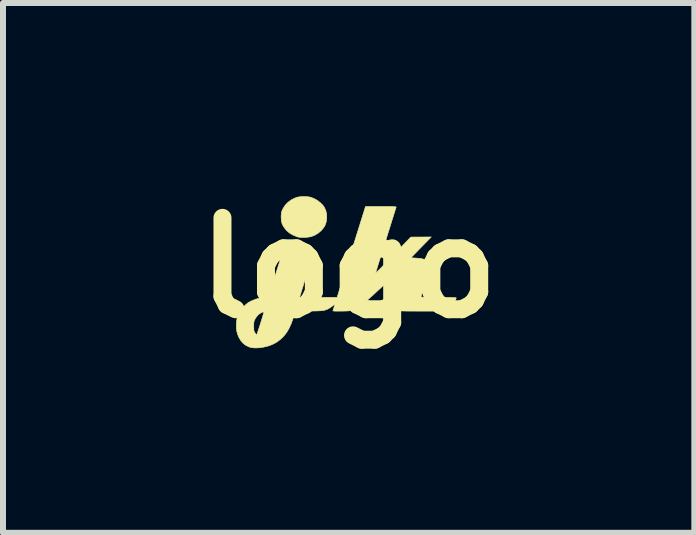
<source format=kicad_pcb>
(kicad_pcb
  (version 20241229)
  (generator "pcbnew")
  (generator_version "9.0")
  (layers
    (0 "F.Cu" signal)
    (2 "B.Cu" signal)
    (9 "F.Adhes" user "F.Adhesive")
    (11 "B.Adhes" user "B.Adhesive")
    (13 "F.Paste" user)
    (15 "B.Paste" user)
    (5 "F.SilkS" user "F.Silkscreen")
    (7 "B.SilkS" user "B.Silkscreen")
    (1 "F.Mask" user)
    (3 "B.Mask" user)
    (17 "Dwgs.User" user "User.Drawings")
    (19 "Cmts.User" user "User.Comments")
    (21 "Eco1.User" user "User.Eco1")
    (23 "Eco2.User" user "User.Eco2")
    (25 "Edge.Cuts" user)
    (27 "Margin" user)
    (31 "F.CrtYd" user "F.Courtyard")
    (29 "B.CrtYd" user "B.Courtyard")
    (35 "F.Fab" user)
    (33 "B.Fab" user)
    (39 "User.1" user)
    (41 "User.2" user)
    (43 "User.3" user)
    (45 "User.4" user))
  (footprint "logo"
    (layer "F.Cu")
    (at 2.765 1.418)
    (property "Reference" "logo" (at 0 0 0) (layer "F.SilkS") (effects (font (size 1.524 1.524) (thickness 0.3))))
    (attr through_hole)
    (fp_poly (pts (xy -0.716 -1.189) (xy -0.669 -1.185) (xy -0.638 -1.18) (xy -0.58 -1.158) (xy -0.523 -1.126) (xy -0.471 -1.086) (xy -0.428 -1.042) (xy -0.406 -1.011) (xy -0.381 -0.956) (xy -0.367 -0.893) (xy -0.366 -0.828) (xy -0.375 -0.764) (xy -0.396 -0.705) (xy -0.409 -0.683) (xy -0.451 -0.629) (xy -0.505 -0.582) (xy -0.566 -0.545) (xy -0.62 -0.524) (xy -0.655 -0.516) (xy -0.699 -0.511) (xy -0.745 -0.508) (xy -0.791 -0.509) (xy -0.829 -0.512) (xy -0.853 -0.517) (xy -0.925 -0.546) (xy -0.984 -0.58) (xy -1.033 -0.621) (xy -1.051 -0.641) (xy -1.087 -0.69) (xy -1.111 -0.738) (xy -1.123 -0.79) (xy -1.126 -0.85) (xy -1.126 -0.864) (xy -1.123 -0.902) (xy -1.119 -0.931) (xy -1.11 -0.957) (xy -1.098 -0.984) (xy -1.06 -1.044) (xy -1.01 -1.096) (xy -0.95 -1.139) (xy -0.884 -1.17) (xy -0.854 -1.18) (xy -0.815 -1.186) (xy -0.767 -1.19) (xy -0.716 -1.189)) (stroke (width 0.01) (type solid)) (fill yes) (layer "F.SilkS"))
    (fp_poly (pts (xy 0.611 -1.024) (xy 0.67 -1.023) (xy 0.715 -1.023) (xy 0.748 -1.022) (xy 0.771 -1.02) (xy 0.785 -1.018) (xy 0.791 -1.016) (xy 0.792 -1.014) (xy 0.789 -1.005) (xy 0.782 -0.983) (xy 0.771 -0.948) (xy 0.757 -0.903) (xy 0.74 -0.848) (xy 0.72 -0.786) (xy 0.699 -0.717) (xy 0.676 -0.644) (xy 0.652 -0.568) (xy 0.628 -0.489) (xy 0.603 -0.411) (xy 0.579 -0.333) (xy 0.556 -0.259) (xy 0.534 -0.188) (xy 0.513 -0.123) (xy 0.495 -0.065) (xy 0.48 -0.016) (xy 0.468 0.023) (xy 0.46 0.051) (xy 0.456 0.062) (xy 0.454 0.069) (xy 0.452 0.074) (xy 0.452 0.078) (xy 0.454 0.079) (xy 0.458 0.077) (xy 0.465 0.072) (xy 0.476 0.062) (xy 0.492 0.046) (xy 0.514 0.025) (xy 0.541 -0.002) (xy 0.575 -0.037) (xy 0.616 -0.079) (xy 0.665 -0.13) (xy 0.724 -0.191) (xy 0.791 -0.261) (xy 0.869 -0.341) (xy 0.897 -0.37) (xy 1.036 -0.514) (xy 1.206 -0.515) (xy 1.377 -0.516) (xy 1.294 -0.431) (xy 1.255 -0.391) (xy 1.211 -0.346) (xy 1.166 -0.3) (xy 1.126 -0.259) (xy 1.124 -0.257) (xy 1.038 -0.169) (xy 1.127 -0.163) (xy 1.189 -0.158) (xy 1.237 -0.149) (xy 1.273 -0.136) (xy 1.301 -0.118) (xy 1.322 -0.094) (xy 1.322 -0.094) (xy 1.333 -0.076) (xy 1.341 -0.057) (xy 1.345 -0.035) (xy 1.345 -0.01) (xy 1.341 0.022) (xy 1.333 0.062) (xy 1.32 0.111) (xy 1.303 0.171) (xy 1.28 0.244) (xy 1.275 0.261) (xy 1.257 0.317) (xy 1.241 0.368) (xy 1.228 0.412) (xy 1.217 0.448) (xy 1.21 0.472) (xy 1.207 0.484) (xy 1.206 0.485) (xy 1.214 0.487) (xy 1.236 0.488) (xy 1.272 0.49) (xy 1.319 0.491) (xy 1.376 0.492) (xy 1.443 0.492) (xy 1.5 0.492) (xy 1.586 0.492) (xy 1.658 0.493) (xy 1.715 0.494) (xy 1.757 0.496) (xy 1.783 0.497) (xy 1.794 0.5) (xy 1.794 0.5) (xy 1.791 0.511) (xy 1.783 0.532) (xy 1.776 0.546) (xy 1.745 0.595) (xy 1.7 0.639) (xy 1.643 0.675) (xy 1.577 0.703) (xy 1.549 0.711) (xy 1.535 0.714) (xy 1.518 0.716) (xy 1.497 0.718) (xy 1.469 0.719) (xy 1.433 0.72) (xy 1.389 0.721) (xy 1.334 0.721) (xy 1.266 0.721) (xy 1.185 0.721) (xy 1.142 0.721) (xy 1.057 0.72) (xy 0.986 0.72) (xy 0.928 0.719) (xy 0.882 0.718) (xy 0.846 0.717) (xy 0.818 0.716) (xy 0.797 0.714) (xy 0.782 0.712) (xy 0.77 0.71) (xy 0.761 0.707) (xy 0.753 0.703) (xy 0.75 0.701) (xy 0.725 0.683) (xy 0.703 0.66) (xy 0.699 0.654) (xy 0.688 0.635) (xy 0.682 0.616) (xy 0.68 0.59) (xy 0.68 0.568) (xy 0.681 0.549) (xy 0.683 0.528) (xy 0.688 0.504) (xy 0.696 0.473) (xy 0.706 0.435) (xy 0.721 0.386) (xy 0.739 0.326) (xy 0.749 0.295) (xy 0.767 0.239) (xy 0.783 0.188) (xy 0.796 0.144) (xy 0.807 0.109) (xy 0.814 0.085) (xy 0.817 0.074) (xy 0.818 0.074) (xy 0.812 0.078) (xy 0.797 0.091) (xy 0.773 0.112) (xy 0.744 0.14) (xy 0.709 0.172) (xy 0.7 0.18) (xy 0.662 0.216) (xy 0.616 0.259) (xy 0.563 0.308) (xy 0.508 0.359) (xy 0.452 0.41) (xy 0.405 0.453) (xy 0.339 0.513) (xy 0.284 0.562) (xy 0.238 0.603) (xy 0.198 0.636) (xy 0.163 0.662) (xy 0.131 0.682) (xy 0.101 0.696) (xy 0.071 0.706) (xy 0.04 0.713) (xy 0.005 0.716) (xy -0.035 0.719) (xy -0.082 0.72) (xy -0.105 0.72) (xy -0.159 0.721) (xy -0.203 0.721) (xy -0.236 0.72) (xy -0.256 0.718) (xy -0.262 0.716) (xy -0.26 0.705) (xy -0.253 0.684) (xy -0.246 0.663) (xy -0.238 0.637) (xy -0.232 0.618) (xy -0.23 0.609) (xy -0.236 0.61) (xy -0.25 0.62) (xy -0.268 0.634) (xy -0.308 0.663) (xy -0.348 0.686) (xy -0.396 0.704) (xy -0.41 0.708) (xy -0.43 0.711) (xy -0.457 0.714) (xy -0.493 0.716) (xy -0.539 0.718) (xy -0.598 0.719) (xy -0.661 0.72) (xy -0.888 0.724) (xy -0.925 0.836) (xy -0.959 0.931) (xy -0.996 1.012) (xy -1.037 1.081) (xy -1.084 1.14) (xy -1.137 1.191) (xy -1.199 1.237) (xy -1.231 1.256) (xy -1.287 1.283) (xy -1.35 1.305) (xy -1.417 1.321) (xy -1.484 1.331) (xy -1.549 1.335) (xy -1.607 1.331) (xy -1.656 1.32) (xy -1.66 1.318) (xy -1.718 1.29) (xy -1.764 1.253) (xy -1.803 1.206) (xy -1.831 1.158) (xy -1.852 1.108) (xy -1.866 1.056) (xy -1.872 0.999) (xy -1.873 0.972) (xy -1.583 0.972) (xy -1.583 1.009) (xy -1.582 1.035) (xy -1.578 1.053) (xy -1.572 1.068) (xy -1.561 1.085) (xy -1.56 1.086) (xy -1.545 1.106) (xy -1.535 1.112) (xy -1.531 1.11) (xy -1.527 1.1) (xy -1.519 1.076) (xy -1.508 1.043) (xy -1.494 1) (xy -1.478 0.952) (xy -1.468 0.919) (xy -1.452 0.868) (xy -1.438 0.823) (xy -1.427 0.784) (xy -1.419 0.756) (xy -1.414 0.738) (xy -1.414 0.734) (xy -1.425 0.734) (xy -1.444 0.741) (xy -1.468 0.753) (xy -1.492 0.769) (xy -1.511 0.785) (xy -1.533 0.81) (xy -1.554 0.84) (xy -1.562 0.853) (xy -1.572 0.874) (xy -1.578 0.893) (xy -1.582 0.916) (xy -1.583 0.947) (xy -1.583 0.972) (xy -1.873 0.972) (xy -1.873 0.96) (xy -1.869 0.881) (xy -1.854 0.812) (xy -1.828 0.749) (xy -1.79 0.691) (xy -1.746 0.642) (xy -1.712 0.609) (xy -1.681 0.584) (xy -1.647 0.564) (xy -1.619 0.55) (xy -1.547 0.521) (xy -1.475 0.501) (xy -1.406 0.493) (xy -1.389 0.492) (xy -1.343 0.492) (xy -1.291 0.331) (xy -1.274 0.278) (xy -1.253 0.214) (xy -1.231 0.143) (xy -1.207 0.07) (xy -1.184 -0.001) (xy -1.17 -0.046) (xy -1.1 -0.262) (xy -0.844 -0.262) (xy -0.782 -0.262) (xy -0.725 -0.261) (xy -0.676 -0.26) (xy -0.636 -0.259) (xy -0.606 -0.258) (xy -0.59 -0.256) (xy -0.587 -0.255) (xy -0.59 -0.247) (xy -0.596 -0.224) (xy -0.607 -0.19) (xy -0.621 -0.145) (xy -0.637 -0.09) (xy -0.657 -0.028) (xy -0.678 0.04) (xy -0.701 0.113) (xy -0.702 0.118) (xy -0.725 0.191) (xy -0.747 0.26) (xy -0.766 0.322) (xy -0.783 0.376) (xy -0.797 0.422) (xy -0.808 0.457) (xy -0.815 0.479) (xy -0.818 0.489) (xy -0.818 0.489) (xy -0.81 0.489) (xy -0.788 0.49) (xy -0.754 0.491) (xy -0.709 0.491) (xy -0.654 0.492) (xy -0.593 0.492) (xy -0.525 0.492) (xy -0.505 0.492) (xy -0.193 0.492) (xy 0.281 -1.024) (xy 0.538 -1.024) (xy 0.611 -1.024)) (stroke (width 0.01) (type solid)) (fill yes) (layer "F.SilkS")))
  (gr_rect
    (start -3 -3)
    (end 8.53 5.836)
    (stroke (width 0.1) (type default))
    (fill no)
    (layer "Edge.Cuts")))
</source>
